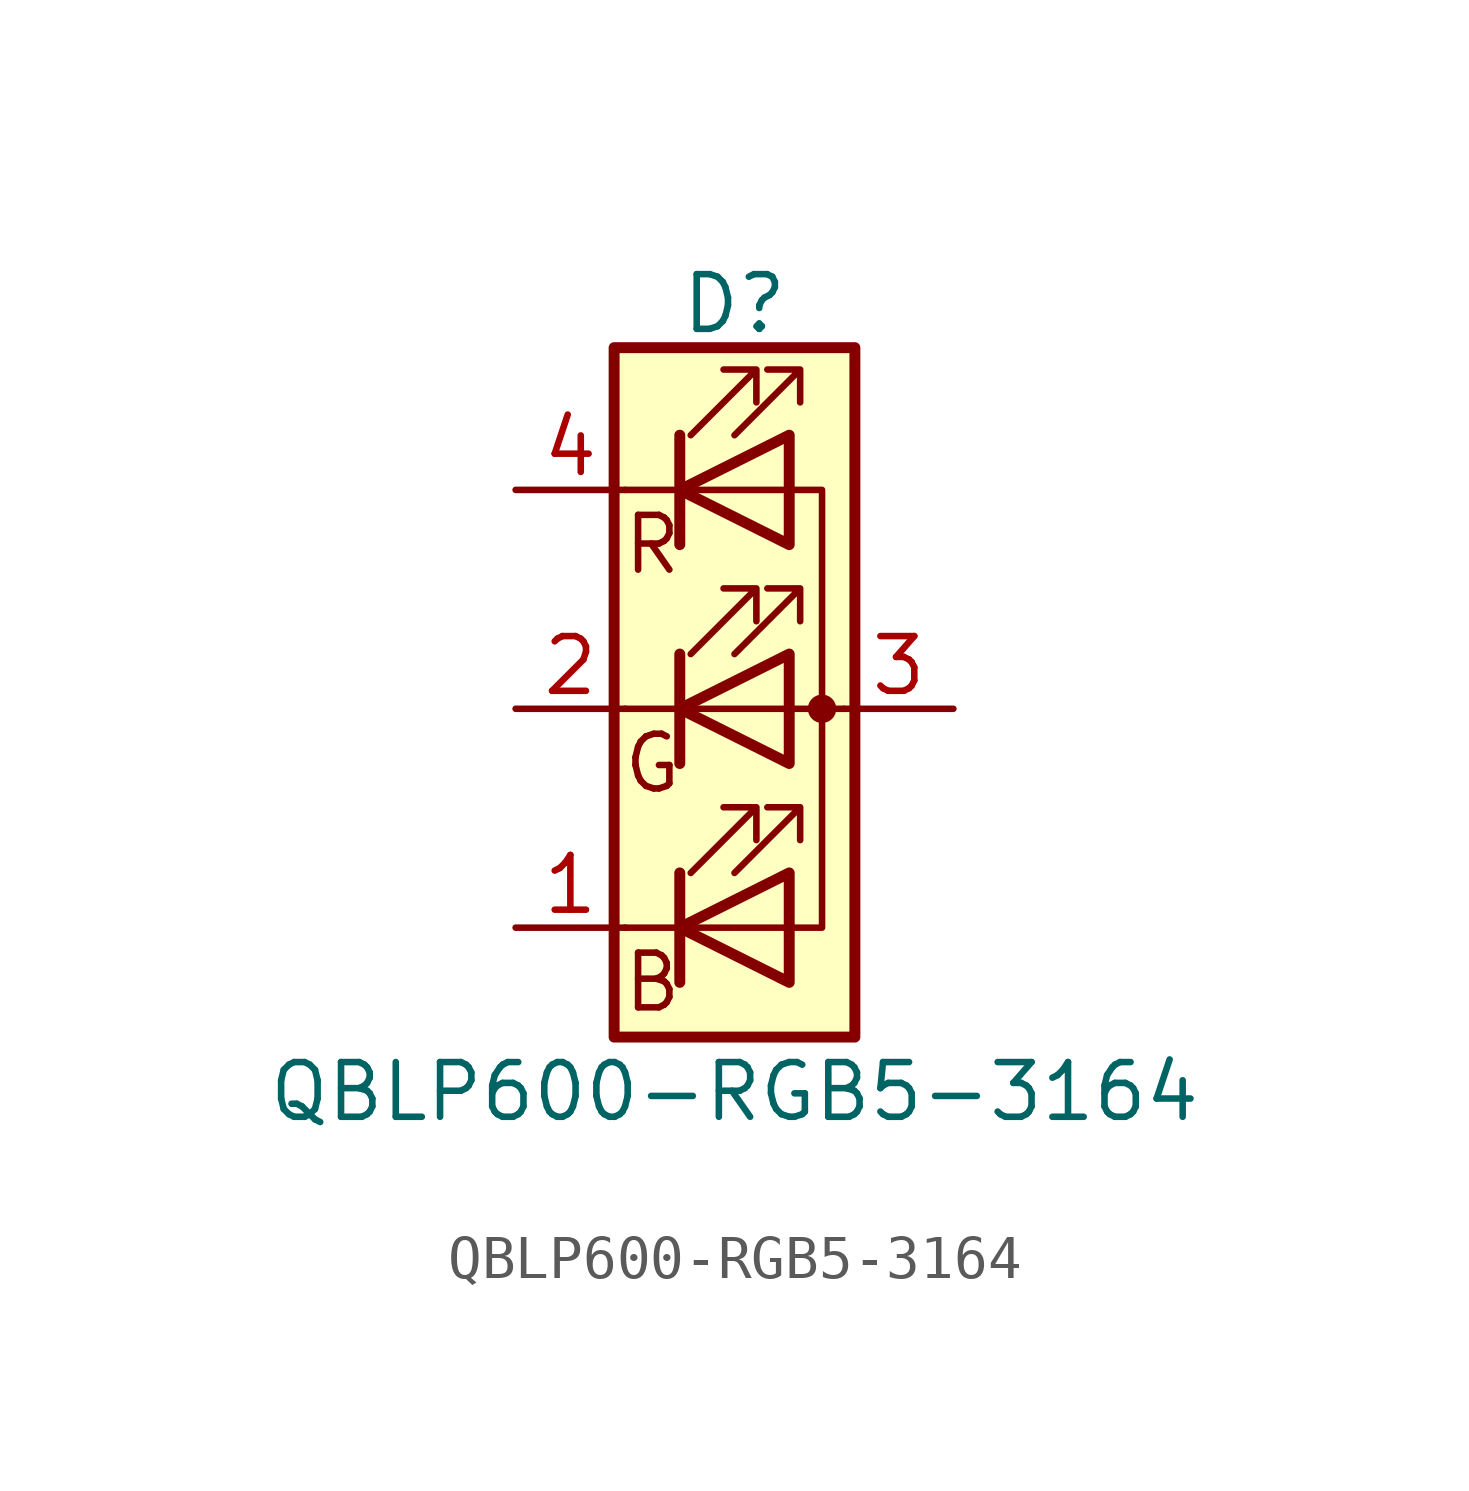
<source format=kicad_sym>
(kicad_symbol_lib
  (version 20241209)
  (generator "kicad_symbol_editor")
  (generator_version "9.0")
  (symbol "QBLP600-RGB5-3164"
    (pin_names
      (offset 0)
      (hide yes))
    (property "Reference" "D"
      (at 0 9.398 0)
      (effects (font (size 1.27 1.27))))
    (property "Value" "QBLP600-RGB5-3164"
      (at 0 -8.89 0)
      (effects (font (size 1.27 1.27))))
    (symbol "QBLP600-RGB5-3164_0_0"
      (text "R" (at -1.905 3.81 0) (effects (font (size 1.27 1.27))))
      (text "G" (at -1.905 -1.27 0) (effects (font (size 1.27 1.27))))
      (text "B" (at -1.905 -6.35 0) (effects (font (size 1.27 1.27)))))
    (symbol "QBLP600-RGB5-3164_0_1"
      (polyline (pts (xy -1.27 6.35) (xy -1.27 3.81)) (stroke (width 0.254) (type default)) (fill (type none)))
      (polyline (pts (xy -1.27 6.35) (xy -1.27 3.81) (xy -1.27 3.81)) (stroke (width 0) (type default)) (fill (type none)))
      (polyline (pts (xy -1.27 5.08) (xy -2.54 5.08)) (stroke (width 0) (type default)) (fill (type none)))
      (polyline (pts (xy -1.27 5.08) (xy 1.27 5.08)) (stroke (width 0) (type default)) (fill (type none)))
      (polyline (pts (xy -1.27 1.27) (xy -1.27 -1.27)) (stroke (width 0.254) (type default)) (fill (type none)))
      (polyline (pts (xy -1.27 1.27) (xy -1.27 -1.27) (xy -1.27 -1.27)) (stroke (width 0) (type default)) (fill (type none)))
      (polyline (pts (xy -1.27 0) (xy -2.54 0)) (stroke (width 0) (type default)) (fill (type none)))
      (polyline (pts (xy -1.27 -3.81) (xy -1.27 -6.35)) (stroke (width 0.254) (type default)) (fill (type none)))
      (polyline (pts (xy -1.27 -5.08) (xy -2.54 -5.08)) (stroke (width 0) (type default)) (fill (type none)))
      (polyline (pts (xy -1.27 -5.08) (xy 1.27 -5.08)) (stroke (width 0) (type default)) (fill (type none)))
      (polyline (pts (xy -1.016 6.35) (xy 0.508 7.874) (xy -0.254 7.874) (xy 0.508 7.874) (xy 0.508 7.112)) (stroke (width 0) (type default)) (fill (type none)))
      (polyline (pts (xy -1.016 1.27) (xy 0.508 2.794) (xy -0.254 2.794) (xy 0.508 2.794) (xy 0.508 2.032)) (stroke (width 0) (type default)) (fill (type none)))
      (polyline (pts (xy -1.016 -3.81) (xy 0.508 -2.286) (xy -0.254 -2.286) (xy 0.508 -2.286) (xy 0.508 -3.048)) (stroke (width 0) (type default)) (fill (type none)))
      (polyline (pts (xy 0 6.35) (xy 1.524 7.874) (xy 0.762 7.874) (xy 1.524 7.874) (xy 1.524 7.112)) (stroke (width 0) (type default)) (fill (type none)))
      (polyline (pts (xy 0 1.27) (xy 1.524 2.794) (xy 0.762 2.794) (xy 1.524 2.794) (xy 1.524 2.032)) (stroke (width 0) (type default)) (fill (type none)))
      (polyline (pts (xy 0 -3.81) (xy 1.524 -2.286) (xy 0.762 -2.286) (xy 1.524 -2.286) (xy 1.524 -3.048)) (stroke (width 0) (type default)) (fill (type none)))
      (polyline (pts (xy 1.27 6.35) (xy 1.27 3.81) (xy -1.27 5.08) (xy 1.27 6.35)) (stroke (width 0.254) (type default)) (fill (type none)))
      (rectangle (start 1.27 6.35) (end 1.27 6.35) (stroke (width 0) (type default)) (fill (type none)))
      (rectangle (start 1.27 3.81) (end 1.27 6.35) (stroke (width 0) (type default)) (fill (type none)))
      (polyline (pts (xy 1.27 1.27) (xy 1.27 -1.27) (xy -1.27 0) (xy 1.27 1.27)) (stroke (width 0.254) (type default)) (fill (type none)))
      (rectangle (start 1.27 1.27) (end 1.27 1.27) (stroke (width 0) (type default)) (fill (type none)))
      (polyline (pts (xy 1.27 0) (xy -1.27 0)) (stroke (width 0) (type default)) (fill (type none)))
      (polyline (pts (xy 1.27 0) (xy 2.54 0)) (stroke (width 0) (type default)) (fill (type none)))
      (rectangle (start 1.27 -1.27) (end 1.27 1.27) (stroke (width 0) (type default)) (fill (type none)))
      (polyline (pts (xy 1.27 -3.81) (xy 1.27 -6.35) (xy -1.27 -5.08) (xy 1.27 -3.81)) (stroke (width 0.254) (type default)) (fill (type none)))
      (polyline (pts (xy 1.27 -5.08) (xy 2.032 -5.08) (xy 2.032 5.08) (xy 1.27 5.08)) (stroke (width 0) (type default)) (fill (type none)))
      (circle (center 2.032 0) (radius 0.254) (stroke (width 0) (type default)) (fill (type outline)))
      (rectangle (start 2.794 8.382) (end -2.794 -7.62) (stroke (width 0.254) (type default)) (fill (type background))))
    (symbol "QBLP600-RGB5-3164_1_1"
      (pin passive line (at -5.08 5.08 0) (length 2.54) (name "RK" (effects (font (size 1.27 1.27)))) (number "4" (effects (font (size 1.27 1.27)))))
      (pin passive line (at -5.08 0 0) (length 2.54) (name "GK" (effects (font (size 1.27 1.27)))) (number "2" (effects (font (size 1.27 1.27)))))
      (pin passive line (at -5.08 -5.08 0) (length 2.54) (name "BK" (effects (font (size 1.27 1.27)))) (number "1" (effects (font (size 1.27 1.27)))))
      (pin passive line (at 5.08 0 180) (length 2.54) (name "A" (effects (font (size 1.27 1.27)))) (number "3" (effects (font (size 1.27 1.27))))))))
</source>
